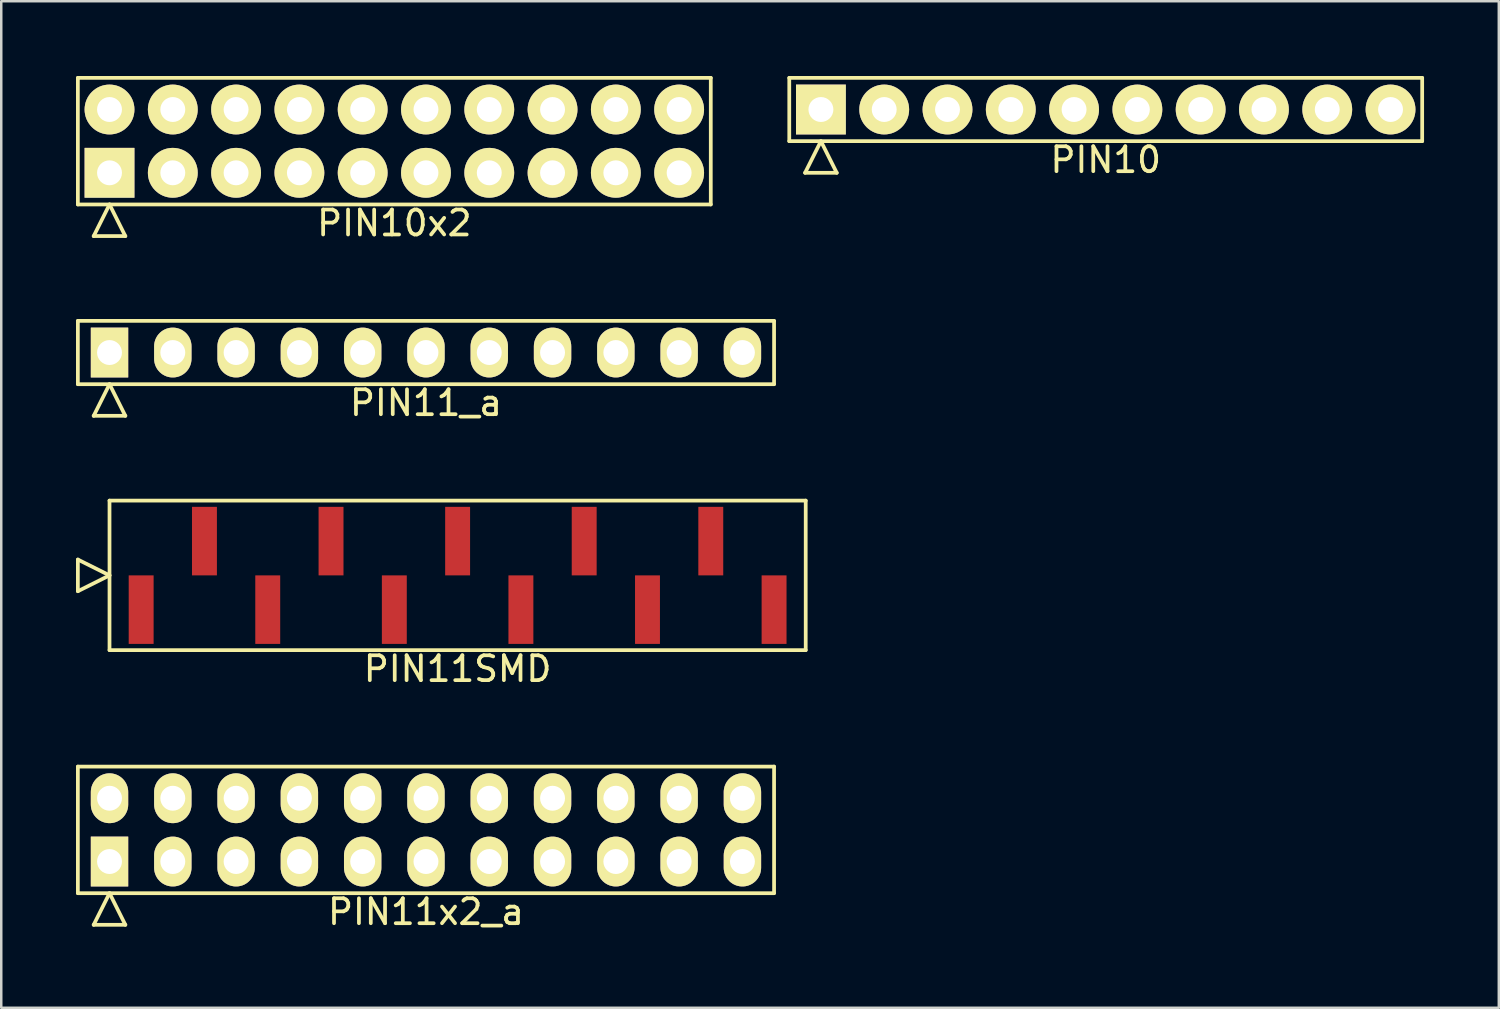
<source format=kicad_pcb>
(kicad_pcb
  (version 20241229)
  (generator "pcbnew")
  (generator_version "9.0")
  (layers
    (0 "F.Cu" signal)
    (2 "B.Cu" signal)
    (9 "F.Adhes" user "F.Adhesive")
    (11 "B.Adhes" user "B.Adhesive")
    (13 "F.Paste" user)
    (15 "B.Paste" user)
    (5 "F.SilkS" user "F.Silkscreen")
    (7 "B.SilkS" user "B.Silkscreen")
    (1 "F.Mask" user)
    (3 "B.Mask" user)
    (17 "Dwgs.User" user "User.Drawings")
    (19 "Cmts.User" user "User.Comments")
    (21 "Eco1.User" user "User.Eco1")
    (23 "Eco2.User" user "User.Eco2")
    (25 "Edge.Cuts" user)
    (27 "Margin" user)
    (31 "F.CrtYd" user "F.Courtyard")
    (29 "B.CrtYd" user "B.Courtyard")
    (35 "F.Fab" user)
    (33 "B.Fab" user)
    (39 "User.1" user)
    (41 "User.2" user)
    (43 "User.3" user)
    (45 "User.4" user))
  (footprint "PIN11_a"
    (layer "F.Cu")
    (at 14.045 11.098)
    (property "Reference" "PIN11_a" (at 0 2.02 0) (layer "F.SilkS") (effects (font (size 1 1) (thickness 0.15))))
    (attr through_hole)
    (fp_line (start -13.97 -1.27) (end -13.97 1.27) (stroke (width 0.15) (type solid)) (layer "F.SilkS"))
    (fp_line (start -13.97 1.27) (end 13.97 1.27) (stroke (width 0.15) (type solid)) (layer "F.SilkS"))
    (fp_line (start -13.335 2.54) (end -12.7 1.27) (stroke (width 0.15) (type solid)) (layer "F.SilkS"))
    (fp_line (start -13.335 2.54) (end -12.065 2.54) (stroke (width 0.15) (type solid)) (layer "F.SilkS"))
    (fp_line (start -12.065 2.54) (end -12.7 1.27) (stroke (width 0.15) (type solid)) (layer "F.SilkS"))
    (fp_line (start 13.97 -1.27) (end -13.97 -1.27) (stroke (width 0.15) (type solid)) (layer "F.SilkS"))
    (fp_line (start 13.97 1.27) (end 13.97 -1.27) (stroke (width 0.15) (type solid)) (layer "F.SilkS"))
    (pad "1" thru_hole rect (at -12.7 0) (size 1.5 2) (drill 1) (layers "*.Cu" "*.Mask" "F.SilkS"))
    (pad "2" thru_hole oval (at -10.16 0) (size 1.5 2) (drill 1) (layers "*.Cu" "*.Mask" "F.SilkS"))
    (pad "3" thru_hole oval (at -7.62 0) (size 1.5 2) (drill 1) (layers "*.Cu" "*.Mask" "F.SilkS"))
    (pad "4" thru_hole oval (at -5.08 0) (size 1.5 2) (drill 1) (layers "*.Cu" "*.Mask" "F.SilkS"))
    (pad "5" thru_hole oval (at -2.54 0) (size 1.5 2) (drill 1) (layers "*.Cu" "*.Mask" "F.SilkS"))
    (pad "6" thru_hole oval (at 0 0) (size 1.5 2) (drill 1) (layers "*.Cu" "*.Mask" "F.SilkS"))
    (pad "7" thru_hole oval (at 2.54 0) (size 1.5 2) (drill 1) (layers "*.Cu" "*.Mask" "F.SilkS"))
    (pad "8" thru_hole oval (at 5.08 0) (size 1.5 2) (drill 1) (layers "*.Cu" "*.Mask" "F.SilkS"))
    (pad "9" thru_hole oval (at 7.62 0) (size 1.5 2) (drill 1) (layers "*.Cu" "*.Mask" "F.SilkS"))
    (pad "10" thru_hole oval (at 10.16 0) (size 1.5 2) (drill 1) (layers "*.Cu" "*.Mask" "F.SilkS"))
    (pad "11" thru_hole oval (at 12.7 0) (size 1.5 2) (drill 1) (layers "*.Cu" "*.Mask" "F.SilkS")))
  (footprint "PIN11x2_a"
    (layer "F.Cu")
    (at 14.045 30.255)
    (property "Reference" "PIN11x2_a" (at 0 3.29 0) (layer "F.SilkS") (effects (font (size 1 1) (thickness 0.15))))
    (attr through_hole)
    (fp_line (start -13.97 -2.54) (end -13.97 2.54) (stroke (width 0.15) (type solid)) (layer "F.SilkS"))
    (fp_line (start -13.97 2.54) (end 13.97 2.54) (stroke (width 0.15) (type solid)) (layer "F.SilkS"))
    (fp_line (start -13.335 3.81) (end -12.7 2.54) (stroke (width 0.15) (type solid)) (layer "F.SilkS"))
    (fp_line (start -13.335 3.81) (end -12.065 3.81) (stroke (width 0.15) (type solid)) (layer "F.SilkS"))
    (fp_line (start -12.065 3.81) (end -12.7 2.54) (stroke (width 0.15) (type solid)) (layer "F.SilkS"))
    (fp_line (start 13.97 -2.54) (end -13.97 -2.54) (stroke (width 0.15) (type solid)) (layer "F.SilkS"))
    (fp_line (start 13.97 2.54) (end 13.97 -2.54) (stroke (width 0.15) (type solid)) (layer "F.SilkS"))
    (pad "1" thru_hole rect (at -12.7 1.27) (size 1.5 2) (drill 1) (layers "*.Cu" "*.Mask" "F.SilkS"))
    (pad "2" thru_hole oval (at -12.7 -1.27) (size 1.5 2) (drill 1) (layers "*.Cu" "*.Mask" "F.SilkS"))
    (pad "3" thru_hole oval (at -10.16 1.27) (size 1.5 2) (drill 1) (layers "*.Cu" "*.Mask" "F.SilkS"))
    (pad "4" thru_hole oval (at -10.16 -1.27) (size 1.5 2) (drill 1) (layers "*.Cu" "*.Mask" "F.SilkS"))
    (pad "5" thru_hole oval (at -7.62 1.27) (size 1.5 2) (drill 1) (layers "*.Cu" "*.Mask" "F.SilkS"))
    (pad "6" thru_hole oval (at -7.62 -1.27) (size 1.5 2) (drill 1) (layers "*.Cu" "*.Mask" "F.SilkS"))
    (pad "7" thru_hole oval (at -5.08 1.27) (size 1.5 2) (drill 1) (layers "*.Cu" "*.Mask" "F.SilkS"))
    (pad "8" thru_hole oval (at -5.08 -1.27) (size 1.5 2) (drill 1) (layers "*.Cu" "*.Mask" "F.SilkS"))
    (pad "9" thru_hole oval (at -2.54 1.27) (size 1.5 2) (drill 1) (layers "*.Cu" "*.Mask" "F.SilkS"))
    (pad "10" thru_hole oval (at -2.54 -1.27) (size 1.5 2) (drill 1) (layers "*.Cu" "*.Mask" "F.SilkS"))
    (pad "11" thru_hole oval (at 0 1.27) (size 1.5 2) (drill 1) (layers "*.Cu" "*.Mask" "F.SilkS"))
    (pad "12" thru_hole oval (at 0 -1.27) (size 1.5 2) (drill 1) (layers "*.Cu" "*.Mask" "F.SilkS"))
    (pad "13" thru_hole oval (at 2.54 1.27) (size 1.5 2) (drill 1) (layers "*.Cu" "*.Mask" "F.SilkS"))
    (pad "14" thru_hole oval (at 2.54 -1.27) (size 1.5 2) (drill 1) (layers "*.Cu" "*.Mask" "F.SilkS"))
    (pad "15" thru_hole oval (at 5.08 1.27) (size 1.5 2) (drill 1) (layers "*.Cu" "*.Mask" "F.SilkS"))
    (pad "16" thru_hole oval (at 5.08 -1.27) (size 1.5 2) (drill 1) (layers "*.Cu" "*.Mask" "F.SilkS"))
    (pad "17" thru_hole oval (at 7.62 1.27) (size 1.5 2) (drill 1) (layers "*.Cu" "*.Mask" "F.SilkS"))
    (pad "18" thru_hole oval (at 7.62 -1.27) (size 1.5 2) (drill 1) (layers "*.Cu" "*.Mask" "F.SilkS"))
    (pad "19" thru_hole oval (at 10.16 1.27) (size 1.5 2) (drill 1) (layers "*.Cu" "*.Mask" "F.SilkS"))
    (pad "20" thru_hole oval (at 10.16 -1.27) (size 1.5 2) (drill 1) (layers "*.Cu" "*.Mask" "F.SilkS"))
    (pad "21" thru_hole oval (at 12.7 1.27) (size 1.5 2) (drill 1) (layers "*.Cu" "*.Mask" "F.SilkS"))
    (pad "22" thru_hole oval (at 12.7 -1.27) (size 1.5 2) (drill 1) (layers "*.Cu" "*.Mask" "F.SilkS")))
  (footprint "PIN10x2"
    (layer "F.Cu")
    (at 12.775 2.615)
    (property "Reference" "PIN10x2" (at 0 3.29 0) (layer "F.SilkS") (effects (font (size 1 1) (thickness 0.15))))
    (attr through_hole)
    (fp_line (start -12.7 -2.54) (end -12.7 2.54) (stroke (width 0.15) (type solid)) (layer "F.SilkS"))
    (fp_line (start -12.7 2.54) (end 12.7 2.54) (stroke (width 0.15) (type solid)) (layer "F.SilkS"))
    (fp_line (start -12.065 3.81) (end -11.43 2.54) (stroke (width 0.15) (type solid)) (layer "F.SilkS"))
    (fp_line (start -12.065 3.81) (end -10.795 3.81) (stroke (width 0.15) (type solid)) (layer "F.SilkS"))
    (fp_line (start -10.795 3.81) (end -11.43 2.54) (stroke (width 0.15) (type solid)) (layer "F.SilkS"))
    (fp_line (start 12.7 -2.54) (end -12.7 -2.54) (stroke (width 0.15) (type solid)) (layer "F.SilkS"))
    (fp_line (start 12.7 2.54) (end 12.7 -2.54) (stroke (width 0.15) (type solid)) (layer "F.SilkS"))
    (pad "1" thru_hole rect (at -11.43 1.27) (size 2 2) (drill 1) (layers "*.Cu" "*.Mask" "F.SilkS"))
    (pad "2" thru_hole oval (at -11.43 -1.27) (size 2 2) (drill 1) (layers "*.Cu" "*.Mask" "F.SilkS"))
    (pad "3" thru_hole oval (at -8.89 1.27) (size 2 2) (drill 1) (layers "*.Cu" "*.Mask" "F.SilkS"))
    (pad "4" thru_hole oval (at -8.89 -1.27) (size 2 2) (drill 1) (layers "*.Cu" "*.Mask" "F.SilkS"))
    (pad "5" thru_hole oval (at -6.35 1.27) (size 2 2) (drill 1) (layers "*.Cu" "*.Mask" "F.SilkS"))
    (pad "6" thru_hole oval (at -6.35 -1.27) (size 2 2) (drill 1) (layers "*.Cu" "*.Mask" "F.SilkS"))
    (pad "7" thru_hole oval (at -3.81 1.27) (size 2 2) (drill 1) (layers "*.Cu" "*.Mask" "F.SilkS"))
    (pad "8" thru_hole oval (at -3.81 -1.27) (size 2 2) (drill 1) (layers "*.Cu" "*.Mask" "F.SilkS"))
    (pad "9" thru_hole oval (at -1.27 1.27) (size 2 2) (drill 1) (layers "*.Cu" "*.Mask" "F.SilkS"))
    (pad "10" thru_hole oval (at -1.27 -1.27) (size 2 2) (drill 1) (layers "*.Cu" "*.Mask" "F.SilkS"))
    (pad "11" thru_hole oval (at 1.27 1.27) (size 2 2) (drill 1) (layers "*.Cu" "*.Mask" "F.SilkS"))
    (pad "12" thru_hole oval (at 1.27 -1.27) (size 2 2) (drill 1) (layers "*.Cu" "*.Mask" "F.SilkS"))
    (pad "13" thru_hole oval (at 3.81 1.27) (size 2 2) (drill 1) (layers "*.Cu" "*.Mask" "F.SilkS"))
    (pad "14" thru_hole oval (at 3.81 -1.27) (size 2 2) (drill 1) (layers "*.Cu" "*.Mask" "F.SilkS"))
    (pad "15" thru_hole oval (at 6.35 1.27) (size 2 2) (drill 1) (layers "*.Cu" "*.Mask" "F.SilkS"))
    (pad "16" thru_hole oval (at 6.35 -1.27) (size 2 2) (drill 1) (layers "*.Cu" "*.Mask" "F.SilkS"))
    (pad "17" thru_hole oval (at 8.89 1.27) (size 2 2) (drill 1) (layers "*.Cu" "*.Mask" "F.SilkS"))
    (pad "18" thru_hole oval (at 8.89 -1.27) (size 2 2) (drill 1) (layers "*.Cu" "*.Mask" "F.SilkS"))
    (pad "19" thru_hole oval (at 11.43 1.27) (size 2 2) (drill 1) (layers "*.Cu" "*.Mask" "F.SilkS"))
    (pad "20" thru_hole oval (at 11.43 -1.27) (size 2 2) (drill 1) (layers "*.Cu" "*.Mask" "F.SilkS")))
  (footprint "PIN10"
    (layer "F.Cu")
    (at 41.325 1.345)
    (property "Reference" "PIN10" (at 0 2.02 0) (layer "F.SilkS") (effects (font (size 1 1) (thickness 0.15))))
    (attr through_hole)
    (fp_line (start -12.7 -1.27) (end -12.7 1.27) (stroke (width 0.15) (type solid)) (layer "F.SilkS"))
    (fp_line (start -12.7 1.27) (end 12.7 1.27) (stroke (width 0.15) (type solid)) (layer "F.SilkS"))
    (fp_line (start -12.065 2.54) (end -11.43 1.27) (stroke (width 0.15) (type solid)) (layer "F.SilkS"))
    (fp_line (start -12.065 2.54) (end -10.795 2.54) (stroke (width 0.15) (type solid)) (layer "F.SilkS"))
    (fp_line (start -10.795 2.54) (end -11.43 1.27) (stroke (width 0.15) (type solid)) (layer "F.SilkS"))
    (fp_line (start 12.7 -1.27) (end -12.7 -1.27) (stroke (width 0.15) (type solid)) (layer "F.SilkS"))
    (fp_line (start 12.7 1.27) (end 12.7 -1.27) (stroke (width 0.15) (type solid)) (layer "F.SilkS"))
    (pad "1" thru_hole rect (at -11.43 0) (size 2 2) (drill 1) (layers "*.Cu" "*.Mask" "F.SilkS"))
    (pad "2" thru_hole oval (at -8.89 0) (size 2 2) (drill 1) (layers "*.Cu" "*.Mask" "F.SilkS"))
    (pad "3" thru_hole oval (at -6.35 0) (size 2 2) (drill 1) (layers "*.Cu" "*.Mask" "F.SilkS"))
    (pad "4" thru_hole oval (at -3.81 0) (size 2 2) (drill 1) (layers "*.Cu" "*.Mask" "F.SilkS"))
    (pad "5" thru_hole oval (at -1.27 0) (size 2 2) (drill 1) (layers "*.Cu" "*.Mask" "F.SilkS"))
    (pad "6" thru_hole oval (at 1.27 0) (size 2 2) (drill 1) (layers "*.Cu" "*.Mask" "F.SilkS"))
    (pad "7" thru_hole oval (at 3.81 0) (size 2 2) (drill 1) (layers "*.Cu" "*.Mask" "F.SilkS"))
    (pad "8" thru_hole oval (at 6.35 0) (size 2 2) (drill 1) (layers "*.Cu" "*.Mask" "F.SilkS"))
    (pad "9" thru_hole oval (at 8.89 0) (size 2 2) (drill 1) (layers "*.Cu" "*.Mask" "F.SilkS"))
    (pad "10" thru_hole oval (at 11.43 0) (size 2 2) (drill 1) (layers "*.Cu" "*.Mask" "F.SilkS")))
  (footprint "PIN11SMD"
    (layer "F.Cu")
    (at 15.315 20.041)
    (property "Reference" "PIN11SMD" (at 0 3.75 0) (layer "F.SilkS") (effects (font (size 1 1) (thickness 0.15))))
    (attr through_hole)
    (fp_line (start -15.24 0.635) (end -15.24 -0.635) (stroke (width 0.15) (type solid)) (layer "F.SilkS"))
    (fp_line (start -13.97 -3) (end -13.97 3) (stroke (width 0.15) (type solid)) (layer "F.SilkS"))
    (fp_line (start -13.97 0) (end -15.24 -0.635) (stroke (width 0.15) (type solid)) (layer "F.SilkS"))
    (fp_line (start -13.97 0) (end -15.24 0.635) (stroke (width 0.15) (type solid)) (layer "F.SilkS"))
    (fp_line (start -13.97 3) (end 13.97 3) (stroke (width 0.15) (type solid)) (layer "F.SilkS"))
    (fp_line (start 13.97 -3) (end -13.97 -3) (stroke (width 0.15) (type solid)) (layer "F.SilkS"))
    (fp_line (start 13.97 3) (end 13.97 -3) (stroke (width 0.15) (type solid)) (layer "F.SilkS"))
    (pad "1" smd rect (at -12.7 1.375) (size 1 2.75) (layers "F.Cu" "F.Mask" "F.Paste"))
    (pad "2" smd rect (at -10.16 -1.375) (size 1 2.75) (layers "F.Cu" "F.Mask" "F.Paste"))
    (pad "3" smd rect (at -7.62 1.375) (size 1 2.75) (layers "F.Cu" "F.Mask" "F.Paste"))
    (pad "4" smd rect (at -5.08 -1.375) (size 1 2.75) (layers "F.Cu" "F.Mask" "F.Paste"))
    (pad "5" smd rect (at -2.54 1.375) (size 1 2.75) (layers "F.Cu" "F.Mask" "F.Paste"))
    (pad "6" smd rect (at 0 -1.375) (size 1 2.75) (layers "F.Cu" "F.Mask" "F.Paste"))
    (pad "7" smd rect (at 2.54 1.375) (size 1 2.75) (layers "F.Cu" "F.Mask" "F.Paste"))
    (pad "8" smd rect (at 5.08 -1.375) (size 1 2.75) (layers "F.Cu" "F.Mask" "F.Paste"))
    (pad "9" smd rect (at 7.62 1.375) (size 1 2.75) (layers "F.Cu" "F.Mask" "F.Paste"))
    (pad "10" smd rect (at 10.16 -1.375) (size 1 2.75) (layers "F.Cu" "F.Mask" "F.Paste"))
    (pad "11" smd rect (at 12.7 1.375) (size 1 2.75) (layers "F.Cu" "F.Mask" "F.Paste")))
  (gr_rect
    (start -3 -3)
    (end 57.1 37.393)
    (stroke (width 0.1) (type default))
    (fill no)
    (layer "Edge.Cuts")))
</source>
